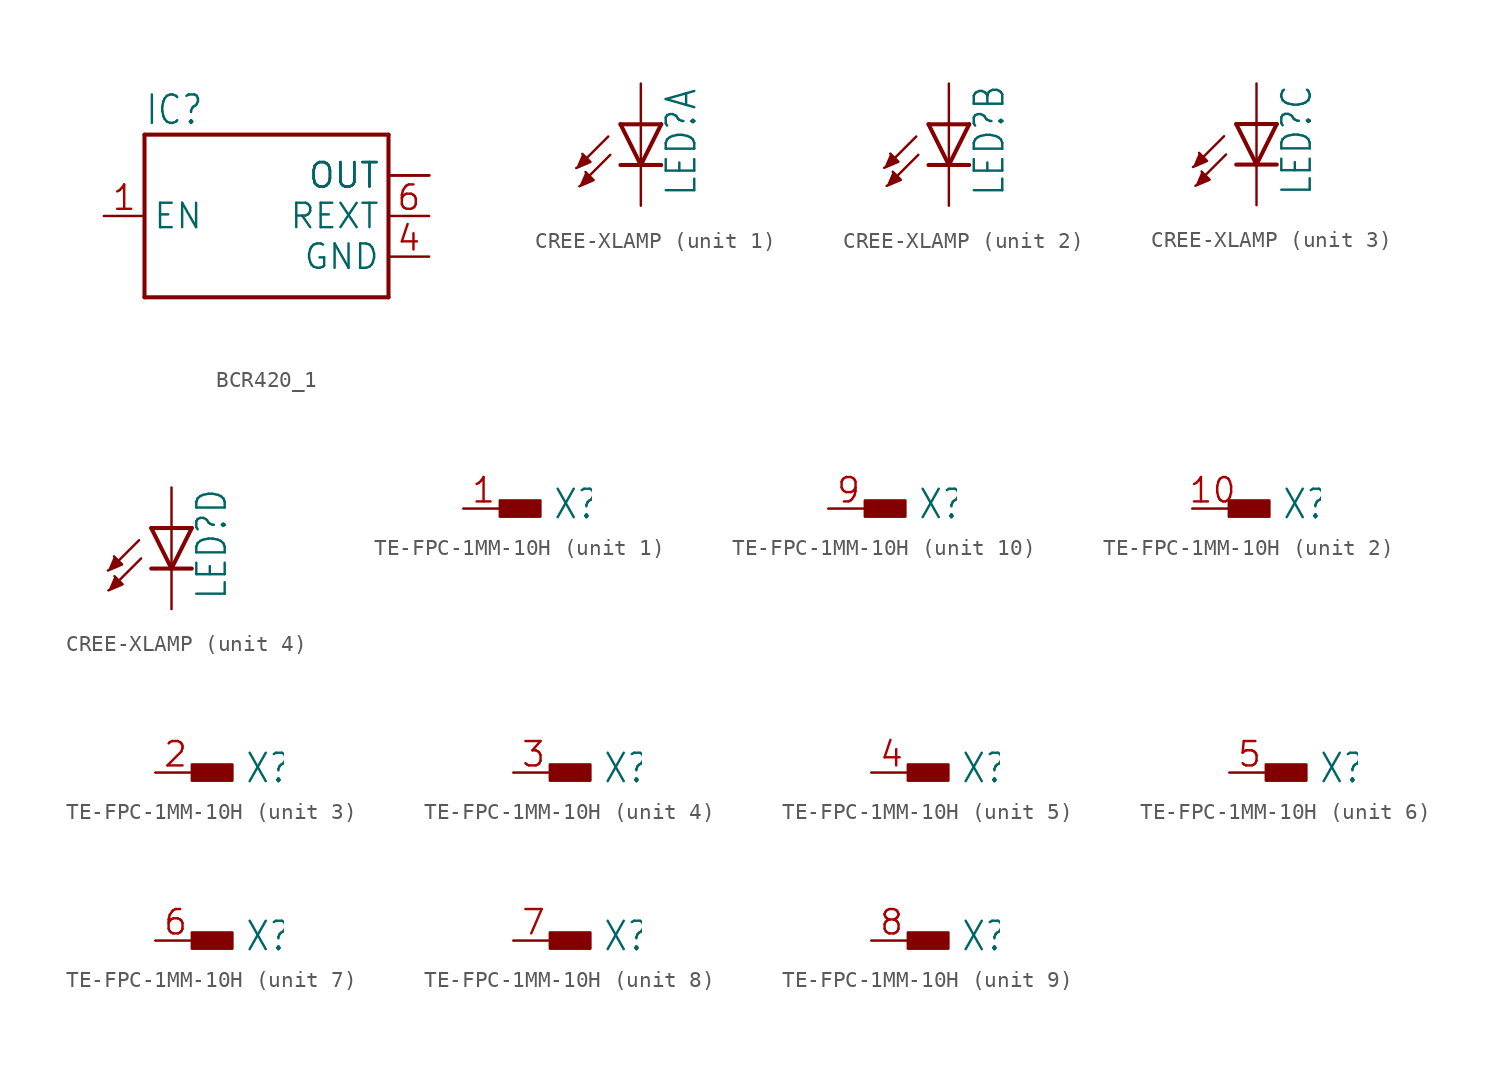
<source format=kicad_sym>
(kicad_symbol_lib
  (version 20241209)
  (generator "kicad_symbol_editor")
  (generator_version "9.0")
  (symbol "BCR420_1"
    (property "Reference" "IC"
      (at -7.62 5.588 0)
      (effects (font (size 1.778 1.511)) (justify left bottom)))
    (property "Value" ""
      (at -7.62 -7.62 0)
      (effects (font (size 1.778 1.511)) (justify left bottom)))
    (property "ki_locked" ""
      (at 0 0 0)
      (effects (font (size 1.27 1.27))))
    (symbol "BCR420_1_1_0"
      (polyline (pts (xy -7.62 5.08) (xy 7.62 5.08)) (stroke (width 0.254) (type solid)) (fill (type none)))
      (polyline (pts (xy -7.62 -5.08) (xy -7.62 5.08)) (stroke (width 0.254) (type solid)) (fill (type none)))
      (polyline (pts (xy 7.62 5.08) (xy 7.62 -5.08)) (stroke (width 0.254) (type solid)) (fill (type none)))
      (polyline (pts (xy 7.62 -5.08) (xy -7.62 -5.08)) (stroke (width 0.254) (type solid)) (fill (type none)))
      (pin bidirectional line (at -10.16 0 0) (length 2.54) (name "EN" (effects (font (size 1.524 1.524)))) (number "1" (effects (font (size 1.524 1.524)))))
      (pin bidirectional line (at 10.16 2.54 180) (length 2.54) (name "OUT" (effects (font (size 1.524 1.524)))) (number "2" (effects (font (size 0 0)))))
      (pin bidirectional line (at 10.16 2.54 180) (length 2.54) (name "OUT" (effects (font (size 1.524 1.524)))) (number "3" (effects (font (size 0 0)))))
      (pin bidirectional line (at 10.16 2.54 180) (length 2.54) (name "OUT" (effects (font (size 1.524 1.524)))) (number "5" (effects (font (size 0 0)))))
      (pin bidirectional line (at 10.16 0 180) (length 2.54) (name "REXT" (effects (font (size 1.524 1.524)))) (number "6" (effects (font (size 1.524 1.524)))))
      (pin bidirectional line (at 10.16 -2.54 180) (length 2.54) (name "GND" (effects (font (size 1.524 1.524)))) (number "4" (effects (font (size 1.524 1.524)))))))
  (symbol "CREE-XLAMP"
    (property "Reference" "LED"
      (at 3.556 -4.572 90)
      (effects (font (size 1.778 1.511)) (justify left bottom)))
    (property "Value" ""
      (at 5.715 -4.572 90)
      (effects (font (size 1.778 1.511)) (justify left bottom)))
    (property "ki_locked" ""
      (at 0 0 0)
      (effects (font (size 1.27 1.27))))
    (symbol "CREE-XLAMP_1_0"
      (polyline (pts (xy -4.032 -2.732) (xy -3.143 -2.351) (xy -3.651 -1.843)) (stroke (width 0.152) (type solid)) (fill (type outline)))
      (polyline (pts (xy -3.835 -3.866) (xy -2.946 -3.485) (xy -3.454 -2.977)) (stroke (width 0.152) (type solid)) (fill (type outline)))
      (polyline (pts (xy -2.032 -0.762) (xy -3.429 -2.159)) (stroke (width 0.152) (type solid)) (fill (type none)))
      (polyline (pts (xy -1.905 -1.905) (xy -3.302 -3.302)) (stroke (width 0.152) (type solid)) (fill (type none)))
      (polyline (pts (xy 0 0) (xy -1.27 0)) (stroke (width 0.254) (type solid)) (fill (type none)))
      (polyline (pts (xy 0 0) (xy 0 -2.54)) (stroke (width 0.152) (type solid)) (fill (type none)))
      (polyline (pts (xy 0 -2.54) (xy -1.27 0)) (stroke (width 0.254) (type solid)) (fill (type none)))
      (polyline (pts (xy 0 -2.54) (xy -1.27 -2.54)) (stroke (width 0.254) (type solid)) (fill (type none)))
      (polyline (pts (xy 1.27 0) (xy 0 0)) (stroke (width 0.254) (type solid)) (fill (type none)))
      (polyline (pts (xy 1.27 0) (xy 0 -2.54)) (stroke (width 0.254) (type solid)) (fill (type none)))
      (polyline (pts (xy 1.27 -2.54) (xy 0 -2.54)) (stroke (width 0.254) (type solid)) (fill (type none)))
      (pin passive line (at 0 2.54 270) (length 2.54) (name "A" (effects (font (size 0 0)))) (number "3" (effects (font (size 0 0)))))
      (pin passive line (at 0 -5.08 90) (length 2.54) (name "C" (effects (font (size 0 0)))) (number "6" (effects (font (size 0 0))))))
    (symbol "CREE-XLAMP_2_0"
      (polyline (pts (xy -4.035 -2.717) (xy -3.146 -2.337) (xy -3.654 -1.829)) (stroke (width 0.152) (type solid)) (fill (type outline)))
      (polyline (pts (xy -3.881 -3.846) (xy -2.993 -3.466) (xy -3.501 -2.958)) (stroke (width 0.152) (type solid)) (fill (type outline)))
      (polyline (pts (xy -2.032 -0.762) (xy -3.429 -2.159)) (stroke (width 0.152) (type solid)) (fill (type none)))
      (polyline (pts (xy -1.905 -1.905) (xy -3.302 -3.302)) (stroke (width 0.152) (type solid)) (fill (type none)))
      (polyline (pts (xy 0 0) (xy -1.27 0)) (stroke (width 0.254) (type solid)) (fill (type none)))
      (polyline (pts (xy 0 0) (xy 0 -2.54)) (stroke (width 0.152) (type solid)) (fill (type none)))
      (polyline (pts (xy 0 -2.54) (xy -1.27 0)) (stroke (width 0.254) (type solid)) (fill (type none)))
      (polyline (pts (xy 0 -2.54) (xy -1.27 -2.54)) (stroke (width 0.254) (type solid)) (fill (type none)))
      (polyline (pts (xy 1.27 0) (xy 0 0)) (stroke (width 0.254) (type solid)) (fill (type none)))
      (polyline (pts (xy 1.27 0) (xy 0 -2.54)) (stroke (width 0.254) (type solid)) (fill (type none)))
      (polyline (pts (xy 1.27 -2.54) (xy 0 -2.54)) (stroke (width 0.254) (type solid)) (fill (type none)))
      (pin passive line (at 0 2.54 270) (length 2.54) (name "A" (effects (font (size 0 0)))) (number "2" (effects (font (size 0 0)))))
      (pin passive line (at 0 -5.08 90) (length 2.54) (name "C" (effects (font (size 0 0)))) (number "7" (effects (font (size 0 0))))))
    (symbol "CREE-XLAMP_3_0"
      (polyline (pts (xy -3.983 -2.693) (xy -3.094 -2.312) (xy -3.602 -1.804)) (stroke (width 0.152) (type solid)) (fill (type outline)))
      (polyline (pts (xy -3.824 -3.866) (xy -2.935 -3.485) (xy -3.443 -2.977)) (stroke (width 0.152) (type solid)) (fill (type outline)))
      (polyline (pts (xy -2.032 -0.762) (xy -3.429 -2.159)) (stroke (width 0.152) (type solid)) (fill (type none)))
      (polyline (pts (xy -1.905 -1.905) (xy -3.302 -3.302)) (stroke (width 0.152) (type solid)) (fill (type none)))
      (polyline (pts (xy 0 0) (xy -1.27 0)) (stroke (width 0.254) (type solid)) (fill (type none)))
      (polyline (pts (xy 0 0) (xy 0 -2.54)) (stroke (width 0.152) (type solid)) (fill (type none)))
      (polyline (pts (xy 0 -2.54) (xy -1.27 0)) (stroke (width 0.254) (type solid)) (fill (type none)))
      (polyline (pts (xy 0 -2.54) (xy -1.27 -2.54)) (stroke (width 0.254) (type solid)) (fill (type none)))
      (polyline (pts (xy 1.27 0) (xy 0 0)) (stroke (width 0.254) (type solid)) (fill (type none)))
      (polyline (pts (xy 1.27 0) (xy 0 -2.54)) (stroke (width 0.254) (type solid)) (fill (type none)))
      (polyline (pts (xy 1.27 -2.54) (xy 0 -2.54)) (stroke (width 0.254) (type solid)) (fill (type none)))
      (pin passive line (at 0 2.54 270) (length 2.54) (name "A" (effects (font (size 0 0)))) (number "1" (effects (font (size 0 0)))))
      (pin passive line (at 0 -5.08 90) (length 2.54) (name "C" (effects (font (size 0 0)))) (number "8" (effects (font (size 0 0))))))
    (symbol "CREE-XLAMP_4_0"
      (polyline (pts (xy -3.983 -2.663) (xy -3.094 -2.282) (xy -3.602 -1.774)) (stroke (width 0.152) (type solid)) (fill (type outline)))
      (polyline (pts (xy -3.952 -3.906) (xy -3.063 -3.525) (xy -3.571 -3.017)) (stroke (width 0.152) (type solid)) (fill (type outline)))
      (polyline (pts (xy -2.032 -0.762) (xy -3.429 -2.159)) (stroke (width 0.152) (type solid)) (fill (type none)))
      (polyline (pts (xy -1.905 -1.905) (xy -3.302 -3.302)) (stroke (width 0.152) (type solid)) (fill (type none)))
      (polyline (pts (xy 0 0) (xy -1.27 0)) (stroke (width 0.254) (type solid)) (fill (type none)))
      (polyline (pts (xy 0 0) (xy 0 -2.54)) (stroke (width 0.152) (type solid)) (fill (type none)))
      (polyline (pts (xy 0 -2.54) (xy -1.27 0)) (stroke (width 0.254) (type solid)) (fill (type none)))
      (polyline (pts (xy 0 -2.54) (xy -1.27 -2.54)) (stroke (width 0.254) (type solid)) (fill (type none)))
      (polyline (pts (xy 1.27 0) (xy 0 0)) (stroke (width 0.254) (type solid)) (fill (type none)))
      (polyline (pts (xy 1.27 0) (xy 0 -2.54)) (stroke (width 0.254) (type solid)) (fill (type none)))
      (polyline (pts (xy 1.27 -2.54) (xy 0 -2.54)) (stroke (width 0.254) (type solid)) (fill (type none)))
      (pin passive line (at 0 2.54 270) (length 2.54) (name "A" (effects (font (size 0 0)))) (number "4" (effects (font (size 0 0)))))
      (pin passive line (at 0 -5.08 90) (length 2.54) (name "C" (effects (font (size 0 0)))) (number "5" (effects (font (size 0 0)))))))
  (symbol "TE-FPC-1MM-10H"
    (property "Reference" "X"
      (at 5.588 -0.762 0)
      (effects (font (size 1.778 1.511)) (justify left bottom)))
    (property "ki_locked" ""
      (at 0 0 0)
      (effects (font (size 1.27 1.27))))
    (symbol "TE-FPC-1MM-10H_1_0"
      (rectangle (start 2.286 -0.508) (end 4.826 0.508) (stroke (width 0) (type default)) (fill (type outline)))
      (pin bidirectional line (at 0 0 0) (length 2.54) (name "-1" (effects (font (size 0 0)))) (number "1" (effects (font (size 1.524 1.524))))))
    (symbol "TE-FPC-1MM-10H_2_0"
      (rectangle (start 2.286 -0.508) (end 4.826 0.508) (stroke (width 0) (type default)) (fill (type outline)))
      (pin bidirectional line (at 0 0 0) (length 2.54) (name "-1" (effects (font (size 0 0)))) (number "10" (effects (font (size 1.524 1.524))))))
    (symbol "TE-FPC-1MM-10H_3_0"
      (rectangle (start 2.286 -0.508) (end 4.826 0.508) (stroke (width 0) (type default)) (fill (type outline)))
      (pin bidirectional line (at 0 0 0) (length 2.54) (name "-1" (effects (font (size 0 0)))) (number "2" (effects (font (size 1.524 1.524))))))
    (symbol "TE-FPC-1MM-10H_4_0"
      (rectangle (start 2.286 -0.508) (end 4.826 0.508) (stroke (width 0) (type default)) (fill (type outline)))
      (pin bidirectional line (at 0 0 0) (length 2.54) (name "-1" (effects (font (size 0 0)))) (number "3" (effects (font (size 1.524 1.524))))))
    (symbol "TE-FPC-1MM-10H_5_0"
      (rectangle (start 2.286 -0.508) (end 4.826 0.508) (stroke (width 0) (type default)) (fill (type outline)))
      (pin bidirectional line (at 0 0 0) (length 2.54) (name "-1" (effects (font (size 0 0)))) (number "4" (effects (font (size 1.524 1.524))))))
    (symbol "TE-FPC-1MM-10H_6_0"
      (rectangle (start 2.286 -0.508) (end 4.826 0.508) (stroke (width 0) (type default)) (fill (type outline)))
      (pin bidirectional line (at 0 0 0) (length 2.54) (name "-1" (effects (font (size 0 0)))) (number "5" (effects (font (size 1.524 1.524))))))
    (symbol "TE-FPC-1MM-10H_7_0"
      (rectangle (start 2.286 -0.508) (end 4.826 0.508) (stroke (width 0) (type default)) (fill (type outline)))
      (pin bidirectional line (at 0 0 0) (length 2.54) (name "-1" (effects (font (size 0 0)))) (number "6" (effects (font (size 1.524 1.524))))))
    (symbol "TE-FPC-1MM-10H_8_0"
      (rectangle (start 2.286 -0.508) (end 4.826 0.508) (stroke (width 0) (type default)) (fill (type outline)))
      (pin bidirectional line (at 0 0 0) (length 2.54) (name "-1" (effects (font (size 0 0)))) (number "7" (effects (font (size 1.524 1.524))))))
    (symbol "TE-FPC-1MM-10H_9_0"
      (rectangle (start 2.286 -0.508) (end 4.826 0.508) (stroke (width 0) (type default)) (fill (type outline)))
      (pin bidirectional line (at 0 0 0) (length 2.54) (name "-1" (effects (font (size 0 0)))) (number "8" (effects (font (size 1.524 1.524))))))
    (symbol "TE-FPC-1MM-10H_10_0"
      (rectangle (start 2.286 -0.508) (end 4.826 0.508) (stroke (width 0) (type default)) (fill (type outline)))
      (pin bidirectional line (at 0 0 0) (length 2.54) (name "-1" (effects (font (size 0 0)))) (number "9" (effects (font (size 1.524 1.524))))))))
</source>
